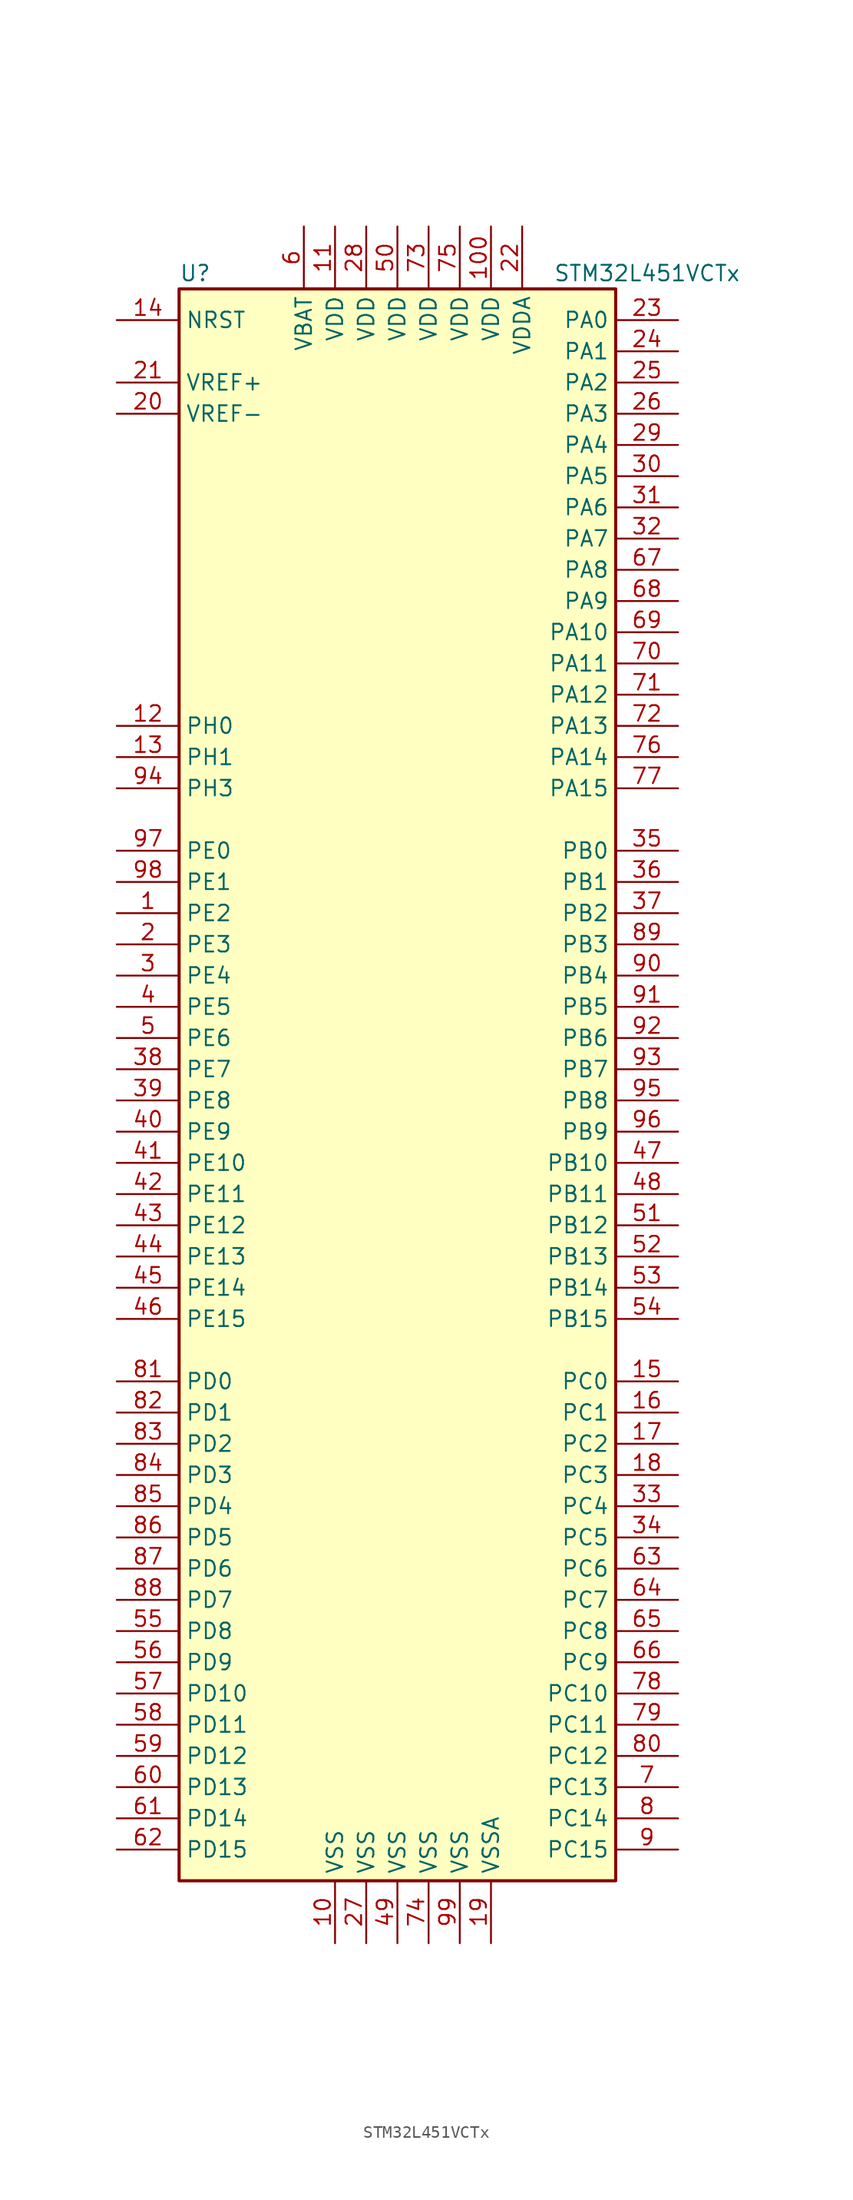
<source format=kicad_sym>
(kicad_symbol_lib
  (version 20211014)
  (generator kicad_symbol_editor)
  (symbol "STM32L451VCTx"
    (property "Reference" "U"
      (at -17.78 64.77 0)
      (effects (font (size 1.27 1.27)) (justify left)))
    (property "Value" "STM32L451VCTx"
      (at 12.7 64.77 0)
      (effects (font (size 1.27 1.27)) (justify left)))
    (symbol "STM32L451VCTx_0_1"
      (rectangle (start -17.78 -66.04) (end 17.78 63.5) (stroke (width 0.254) (type default) (color 0 0 0 0)) (fill (type background))))
    (symbol "STM32L451VCTx_1_1"
      (pin bidirectional line (at -22.86 12.7 0) (length 5.08) (name "PE2" (effects (font (size 1.27 1.27)))) (number "1" (effects (font (size 1.27 1.27)))))
      (pin power_in line (at -5.08 -71.12 90) (length 5.08) (name "VSS" (effects (font (size 1.27 1.27)))) (number "10" (effects (font (size 1.27 1.27)))))
      (pin power_in line (at 7.62 68.58 270) (length 5.08) (name "VDD" (effects (font (size 1.27 1.27)))) (number "100" (effects (font (size 1.27 1.27)))))
      (pin power_in line (at -5.08 68.58 270) (length 5.08) (name "VDD" (effects (font (size 1.27 1.27)))) (number "11" (effects (font (size 1.27 1.27)))))
      (pin input line (at -22.86 27.94 0) (length 5.08) (name "PH0" (effects (font (size 1.27 1.27)))) (number "12" (effects (font (size 1.27 1.27)))))
      (pin input line (at -22.86 25.4 0) (length 5.08) (name "PH1" (effects (font (size 1.27 1.27)))) (number "13" (effects (font (size 1.27 1.27)))))
      (pin input line (at -22.86 60.96 0) (length 5.08) (name "NRST" (effects (font (size 1.27 1.27)))) (number "14" (effects (font (size 1.27 1.27)))))
      (pin bidirectional line (at 22.86 -25.4 180) (length 5.08) (name "PC0" (effects (font (size 1.27 1.27)))) (number "15" (effects (font (size 1.27 1.27)))))
      (pin bidirectional line (at 22.86 -27.94 180) (length 5.08) (name "PC1" (effects (font (size 1.27 1.27)))) (number "16" (effects (font (size 1.27 1.27)))))
      (pin bidirectional line (at 22.86 -30.48 180) (length 5.08) (name "PC2" (effects (font (size 1.27 1.27)))) (number "17" (effects (font (size 1.27 1.27)))))
      (pin bidirectional line (at 22.86 -33.02 180) (length 5.08) (name "PC3" (effects (font (size 1.27 1.27)))) (number "18" (effects (font (size 1.27 1.27)))))
      (pin power_in line (at 7.62 -71.12 90) (length 5.08) (name "VSSA" (effects (font (size 1.27 1.27)))) (number "19" (effects (font (size 1.27 1.27)))))
      (pin bidirectional line (at -22.86 10.16 0) (length 5.08) (name "PE3" (effects (font (size 1.27 1.27)))) (number "2" (effects (font (size 1.27 1.27)))))
      (pin power_in line (at -22.86 53.34 0) (length 5.08) (name "VREF-" (effects (font (size 1.27 1.27)))) (number "20" (effects (font (size 1.27 1.27)))))
      (pin bidirectional line (at -22.86 55.88 0) (length 5.08) (name "VREF+" (effects (font (size 1.27 1.27)))) (number "21" (effects (font (size 1.27 1.27)))))
      (pin power_in line (at 10.16 68.58 270) (length 5.08) (name "VDDA" (effects (font (size 1.27 1.27)))) (number "22" (effects (font (size 1.27 1.27)))))
      (pin bidirectional line (at 22.86 60.96 180) (length 5.08) (name "PA0" (effects (font (size 1.27 1.27)))) (number "23" (effects (font (size 1.27 1.27)))))
      (pin bidirectional line (at 22.86 58.42 180) (length 5.08) (name "PA1" (effects (font (size 1.27 1.27)))) (number "24" (effects (font (size 1.27 1.27)))))
      (pin bidirectional line (at 22.86 55.88 180) (length 5.08) (name "PA2" (effects (font (size 1.27 1.27)))) (number "25" (effects (font (size 1.27 1.27)))))
      (pin bidirectional line (at 22.86 53.34 180) (length 5.08) (name "PA3" (effects (font (size 1.27 1.27)))) (number "26" (effects (font (size 1.27 1.27)))))
      (pin power_in line (at -2.54 -71.12 90) (length 5.08) (name "VSS" (effects (font (size 1.27 1.27)))) (number "27" (effects (font (size 1.27 1.27)))))
      (pin power_in line (at -2.54 68.58 270) (length 5.08) (name "VDD" (effects (font (size 1.27 1.27)))) (number "28" (effects (font (size 1.27 1.27)))))
      (pin bidirectional line (at 22.86 50.8 180) (length 5.08) (name "PA4" (effects (font (size 1.27 1.27)))) (number "29" (effects (font (size 1.27 1.27)))))
      (pin bidirectional line (at -22.86 7.62 0) (length 5.08) (name "PE4" (effects (font (size 1.27 1.27)))) (number "3" (effects (font (size 1.27 1.27)))))
      (pin bidirectional line (at 22.86 48.26 180) (length 5.08) (name "PA5" (effects (font (size 1.27 1.27)))) (number "30" (effects (font (size 1.27 1.27)))))
      (pin bidirectional line (at 22.86 45.72 180) (length 5.08) (name "PA6" (effects (font (size 1.27 1.27)))) (number "31" (effects (font (size 1.27 1.27)))))
      (pin bidirectional line (at 22.86 43.18 180) (length 5.08) (name "PA7" (effects (font (size 1.27 1.27)))) (number "32" (effects (font (size 1.27 1.27)))))
      (pin bidirectional line (at 22.86 -35.56 180) (length 5.08) (name "PC4" (effects (font (size 1.27 1.27)))) (number "33" (effects (font (size 1.27 1.27)))))
      (pin bidirectional line (at 22.86 -38.1 180) (length 5.08) (name "PC5" (effects (font (size 1.27 1.27)))) (number "34" (effects (font (size 1.27 1.27)))))
      (pin bidirectional line (at 22.86 17.78 180) (length 5.08) (name "PB0" (effects (font (size 1.27 1.27)))) (number "35" (effects (font (size 1.27 1.27)))))
      (pin bidirectional line (at 22.86 15.24 180) (length 5.08) (name "PB1" (effects (font (size 1.27 1.27)))) (number "36" (effects (font (size 1.27 1.27)))))
      (pin bidirectional line (at 22.86 12.7 180) (length 5.08) (name "PB2" (effects (font (size 1.27 1.27)))) (number "37" (effects (font (size 1.27 1.27)))))
      (pin bidirectional line (at -22.86 0 0) (length 5.08) (name "PE7" (effects (font (size 1.27 1.27)))) (number "38" (effects (font (size 1.27 1.27)))))
      (pin bidirectional line (at -22.86 -2.54 0) (length 5.08) (name "PE8" (effects (font (size 1.27 1.27)))) (number "39" (effects (font (size 1.27 1.27)))))
      (pin bidirectional line (at -22.86 5.08 0) (length 5.08) (name "PE5" (effects (font (size 1.27 1.27)))) (number "4" (effects (font (size 1.27 1.27)))))
      (pin bidirectional line (at -22.86 -5.08 0) (length 5.08) (name "PE9" (effects (font (size 1.27 1.27)))) (number "40" (effects (font (size 1.27 1.27)))))
      (pin bidirectional line (at -22.86 -7.62 0) (length 5.08) (name "PE10" (effects (font (size 1.27 1.27)))) (number "41" (effects (font (size 1.27 1.27)))))
      (pin bidirectional line (at -22.86 -10.16 0) (length 5.08) (name "PE11" (effects (font (size 1.27 1.27)))) (number "42" (effects (font (size 1.27 1.27)))))
      (pin bidirectional line (at -22.86 -12.7 0) (length 5.08) (name "PE12" (effects (font (size 1.27 1.27)))) (number "43" (effects (font (size 1.27 1.27)))))
      (pin bidirectional line (at -22.86 -15.24 0) (length 5.08) (name "PE13" (effects (font (size 1.27 1.27)))) (number "44" (effects (font (size 1.27 1.27)))))
      (pin bidirectional line (at -22.86 -17.78 0) (length 5.08) (name "PE14" (effects (font (size 1.27 1.27)))) (number "45" (effects (font (size 1.27 1.27)))))
      (pin bidirectional line (at -22.86 -20.32 0) (length 5.08) (name "PE15" (effects (font (size 1.27 1.27)))) (number "46" (effects (font (size 1.27 1.27)))))
      (pin bidirectional line (at 22.86 -7.62 180) (length 5.08) (name "PB10" (effects (font (size 1.27 1.27)))) (number "47" (effects (font (size 1.27 1.27)))))
      (pin bidirectional line (at 22.86 -10.16 180) (length 5.08) (name "PB11" (effects (font (size 1.27 1.27)))) (number "48" (effects (font (size 1.27 1.27)))))
      (pin power_in line (at 0 -71.12 90) (length 5.08) (name "VSS" (effects (font (size 1.27 1.27)))) (number "49" (effects (font (size 1.27 1.27)))))
      (pin bidirectional line (at -22.86 2.54 0) (length 5.08) (name "PE6" (effects (font (size 1.27 1.27)))) (number "5" (effects (font (size 1.27 1.27)))))
      (pin power_in line (at 0 68.58 270) (length 5.08) (name "VDD" (effects (font (size 1.27 1.27)))) (number "50" (effects (font (size 1.27 1.27)))))
      (pin bidirectional line (at 22.86 -12.7 180) (length 5.08) (name "PB12" (effects (font (size 1.27 1.27)))) (number "51" (effects (font (size 1.27 1.27)))))
      (pin bidirectional line (at 22.86 -15.24 180) (length 5.08) (name "PB13" (effects (font (size 1.27 1.27)))) (number "52" (effects (font (size 1.27 1.27)))))
      (pin bidirectional line (at 22.86 -17.78 180) (length 5.08) (name "PB14" (effects (font (size 1.27 1.27)))) (number "53" (effects (font (size 1.27 1.27)))))
      (pin bidirectional line (at 22.86 -20.32 180) (length 5.08) (name "PB15" (effects (font (size 1.27 1.27)))) (number "54" (effects (font (size 1.27 1.27)))))
      (pin bidirectional line (at -22.86 -45.72 0) (length 5.08) (name "PD8" (effects (font (size 1.27 1.27)))) (number "55" (effects (font (size 1.27 1.27)))))
      (pin bidirectional line (at -22.86 -48.26 0) (length 5.08) (name "PD9" (effects (font (size 1.27 1.27)))) (number "56" (effects (font (size 1.27 1.27)))))
      (pin bidirectional line (at -22.86 -50.8 0) (length 5.08) (name "PD10" (effects (font (size 1.27 1.27)))) (number "57" (effects (font (size 1.27 1.27)))))
      (pin bidirectional line (at -22.86 -53.34 0) (length 5.08) (name "PD11" (effects (font (size 1.27 1.27)))) (number "58" (effects (font (size 1.27 1.27)))))
      (pin bidirectional line (at -22.86 -55.88 0) (length 5.08) (name "PD12" (effects (font (size 1.27 1.27)))) (number "59" (effects (font (size 1.27 1.27)))))
      (pin power_in line (at -7.62 68.58 270) (length 5.08) (name "VBAT" (effects (font (size 1.27 1.27)))) (number "6" (effects (font (size 1.27 1.27)))))
      (pin bidirectional line (at -22.86 -58.42 0) (length 5.08) (name "PD13" (effects (font (size 1.27 1.27)))) (number "60" (effects (font (size 1.27 1.27)))))
      (pin bidirectional line (at -22.86 -60.96 0) (length 5.08) (name "PD14" (effects (font (size 1.27 1.27)))) (number "61" (effects (font (size 1.27 1.27)))))
      (pin bidirectional line (at -22.86 -63.5 0) (length 5.08) (name "PD15" (effects (font (size 1.27 1.27)))) (number "62" (effects (font (size 1.27 1.27)))))
      (pin bidirectional line (at 22.86 -40.64 180) (length 5.08) (name "PC6" (effects (font (size 1.27 1.27)))) (number "63" (effects (font (size 1.27 1.27)))))
      (pin bidirectional line (at 22.86 -43.18 180) (length 5.08) (name "PC7" (effects (font (size 1.27 1.27)))) (number "64" (effects (font (size 1.27 1.27)))))
      (pin bidirectional line (at 22.86 -45.72 180) (length 5.08) (name "PC8" (effects (font (size 1.27 1.27)))) (number "65" (effects (font (size 1.27 1.27)))))
      (pin bidirectional line (at 22.86 -48.26 180) (length 5.08) (name "PC9" (effects (font (size 1.27 1.27)))) (number "66" (effects (font (size 1.27 1.27)))))
      (pin bidirectional line (at 22.86 40.64 180) (length 5.08) (name "PA8" (effects (font (size 1.27 1.27)))) (number "67" (effects (font (size 1.27 1.27)))))
      (pin bidirectional line (at 22.86 38.1 180) (length 5.08) (name "PA9" (effects (font (size 1.27 1.27)))) (number "68" (effects (font (size 1.27 1.27)))))
      (pin bidirectional line (at 22.86 35.56 180) (length 5.08) (name "PA10" (effects (font (size 1.27 1.27)))) (number "69" (effects (font (size 1.27 1.27)))))
      (pin bidirectional line (at 22.86 -58.42 180) (length 5.08) (name "PC13" (effects (font (size 1.27 1.27)))) (number "7" (effects (font (size 1.27 1.27)))))
      (pin bidirectional line (at 22.86 33.02 180) (length 5.08) (name "PA11" (effects (font (size 1.27 1.27)))) (number "70" (effects (font (size 1.27 1.27)))))
      (pin bidirectional line (at 22.86 30.48 180) (length 5.08) (name "PA12" (effects (font (size 1.27 1.27)))) (number "71" (effects (font (size 1.27 1.27)))))
      (pin bidirectional line (at 22.86 27.94 180) (length 5.08) (name "PA13" (effects (font (size 1.27 1.27)))) (number "72" (effects (font (size 1.27 1.27)))))
      (pin power_in line (at 2.54 68.58 270) (length 5.08) (name "VDD" (effects (font (size 1.27 1.27)))) (number "73" (effects (font (size 1.27 1.27)))))
      (pin power_in line (at 2.54 -71.12 90) (length 5.08) (name "VSS" (effects (font (size 1.27 1.27)))) (number "74" (effects (font (size 1.27 1.27)))))
      (pin power_in line (at 5.08 68.58 270) (length 5.08) (name "VDD" (effects (font (size 1.27 1.27)))) (number "75" (effects (font (size 1.27 1.27)))))
      (pin bidirectional line (at 22.86 25.4 180) (length 5.08) (name "PA14" (effects (font (size 1.27 1.27)))) (number "76" (effects (font (size 1.27 1.27)))))
      (pin bidirectional line (at 22.86 22.86 180) (length 5.08) (name "PA15" (effects (font (size 1.27 1.27)))) (number "77" (effects (font (size 1.27 1.27)))))
      (pin bidirectional line (at 22.86 -50.8 180) (length 5.08) (name "PC10" (effects (font (size 1.27 1.27)))) (number "78" (effects (font (size 1.27 1.27)))))
      (pin bidirectional line (at 22.86 -53.34 180) (length 5.08) (name "PC11" (effects (font (size 1.27 1.27)))) (number "79" (effects (font (size 1.27 1.27)))))
      (pin bidirectional line (at 22.86 -60.96 180) (length 5.08) (name "PC14" (effects (font (size 1.27 1.27)))) (number "8" (effects (font (size 1.27 1.27)))))
      (pin bidirectional line (at 22.86 -55.88 180) (length 5.08) (name "PC12" (effects (font (size 1.27 1.27)))) (number "80" (effects (font (size 1.27 1.27)))))
      (pin bidirectional line (at -22.86 -25.4 0) (length 5.08) (name "PD0" (effects (font (size 1.27 1.27)))) (number "81" (effects (font (size 1.27 1.27)))))
      (pin bidirectional line (at -22.86 -27.94 0) (length 5.08) (name "PD1" (effects (font (size 1.27 1.27)))) (number "82" (effects (font (size 1.27 1.27)))))
      (pin bidirectional line (at -22.86 -30.48 0) (length 5.08) (name "PD2" (effects (font (size 1.27 1.27)))) (number "83" (effects (font (size 1.27 1.27)))))
      (pin bidirectional line (at -22.86 -33.02 0) (length 5.08) (name "PD3" (effects (font (size 1.27 1.27)))) (number "84" (effects (font (size 1.27 1.27)))))
      (pin bidirectional line (at -22.86 -35.56 0) (length 5.08) (name "PD4" (effects (font (size 1.27 1.27)))) (number "85" (effects (font (size 1.27 1.27)))))
      (pin bidirectional line (at -22.86 -38.1 0) (length 5.08) (name "PD5" (effects (font (size 1.27 1.27)))) (number "86" (effects (font (size 1.27 1.27)))))
      (pin bidirectional line (at -22.86 -40.64 0) (length 5.08) (name "PD6" (effects (font (size 1.27 1.27)))) (number "87" (effects (font (size 1.27 1.27)))))
      (pin bidirectional line (at -22.86 -43.18 0) (length 5.08) (name "PD7" (effects (font (size 1.27 1.27)))) (number "88" (effects (font (size 1.27 1.27)))))
      (pin bidirectional line (at 22.86 10.16 180) (length 5.08) (name "PB3" (effects (font (size 1.27 1.27)))) (number "89" (effects (font (size 1.27 1.27)))))
      (pin bidirectional line (at 22.86 -63.5 180) (length 5.08) (name "PC15" (effects (font (size 1.27 1.27)))) (number "9" (effects (font (size 1.27 1.27)))))
      (pin bidirectional line (at 22.86 7.62 180) (length 5.08) (name "PB4" (effects (font (size 1.27 1.27)))) (number "90" (effects (font (size 1.27 1.27)))))
      (pin bidirectional line (at 22.86 5.08 180) (length 5.08) (name "PB5" (effects (font (size 1.27 1.27)))) (number "91" (effects (font (size 1.27 1.27)))))
      (pin bidirectional line (at 22.86 2.54 180) (length 5.08) (name "PB6" (effects (font (size 1.27 1.27)))) (number "92" (effects (font (size 1.27 1.27)))))
      (pin bidirectional line (at 22.86 0 180) (length 5.08) (name "PB7" (effects (font (size 1.27 1.27)))) (number "93" (effects (font (size 1.27 1.27)))))
      (pin bidirectional line (at -22.86 22.86 0) (length 5.08) (name "PH3" (effects (font (size 1.27 1.27)))) (number "94" (effects (font (size 1.27 1.27)))))
      (pin bidirectional line (at 22.86 -2.54 180) (length 5.08) (name "PB8" (effects (font (size 1.27 1.27)))) (number "95" (effects (font (size 1.27 1.27)))))
      (pin bidirectional line (at 22.86 -5.08 180) (length 5.08) (name "PB9" (effects (font (size 1.27 1.27)))) (number "96" (effects (font (size 1.27 1.27)))))
      (pin bidirectional line (at -22.86 17.78 0) (length 5.08) (name "PE0" (effects (font (size 1.27 1.27)))) (number "97" (effects (font (size 1.27 1.27)))))
      (pin bidirectional line (at -22.86 15.24 0) (length 5.08) (name "PE1" (effects (font (size 1.27 1.27)))) (number "98" (effects (font (size 1.27 1.27)))))
      (pin power_in line (at 5.08 -71.12 90) (length 5.08) (name "VSS" (effects (font (size 1.27 1.27)))) (number "99" (effects (font (size 1.27 1.27))))))))
</source>
